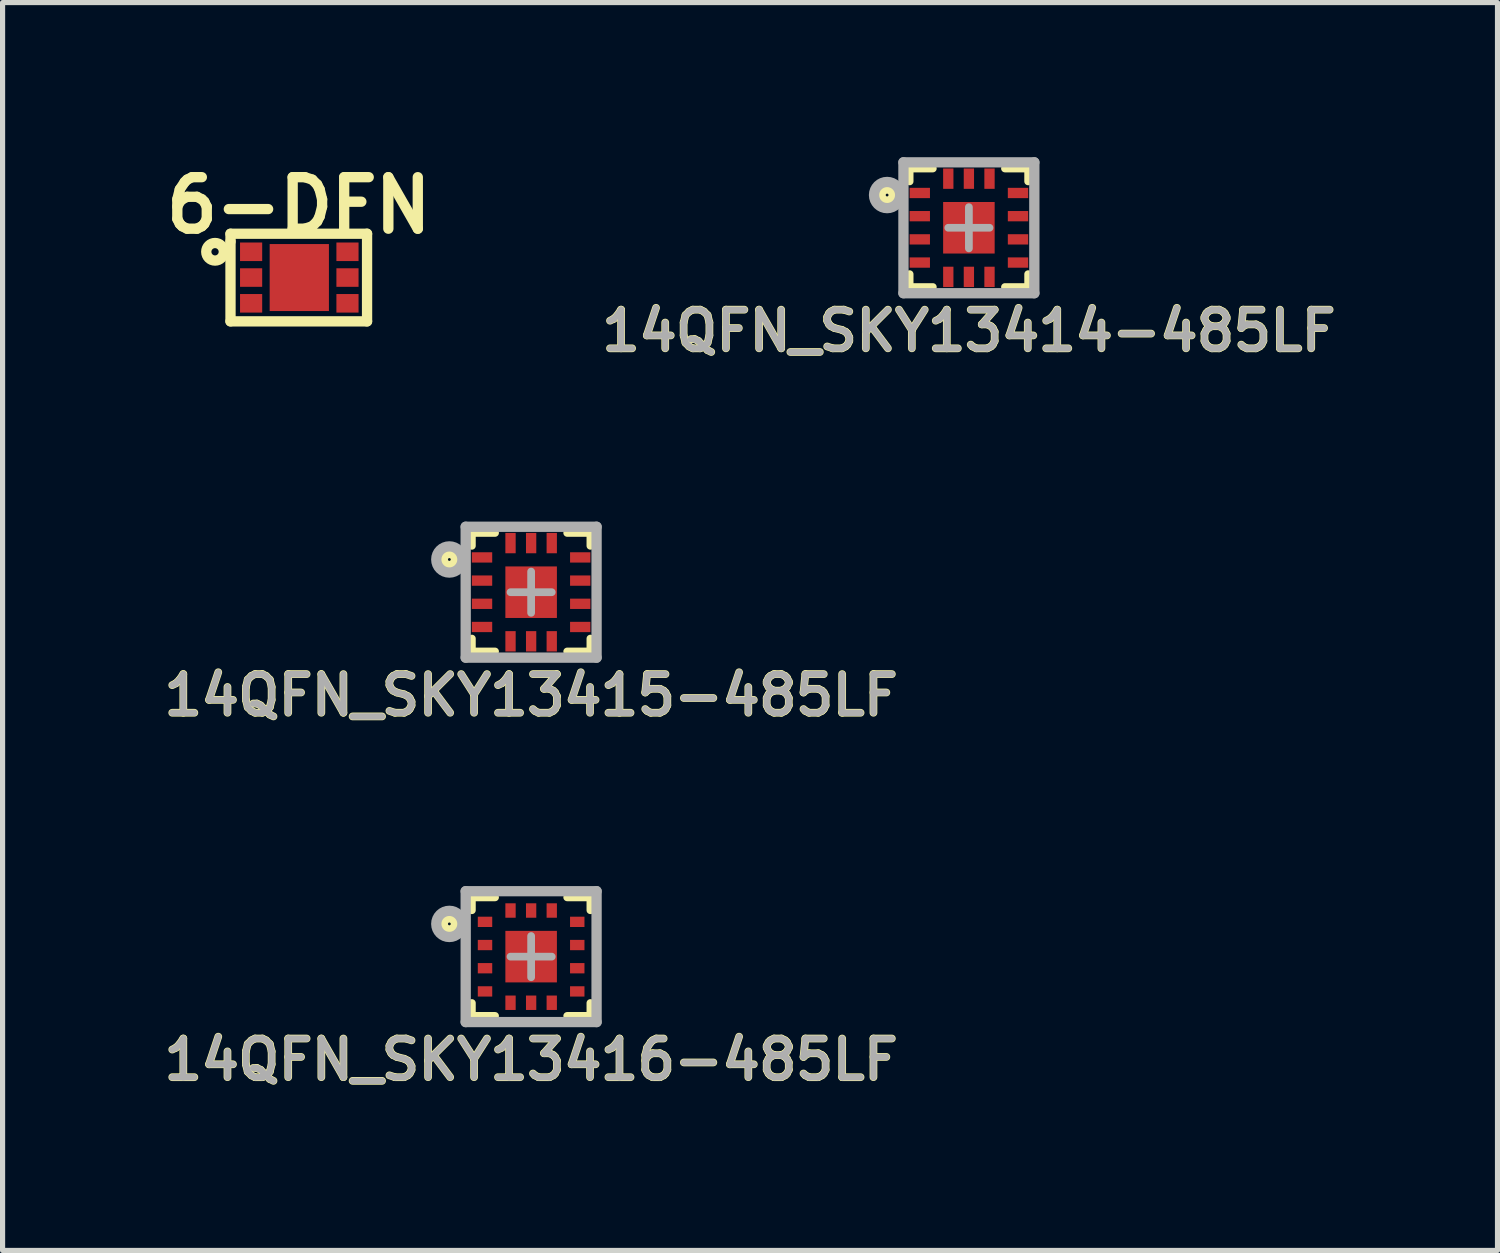
<source format=kicad_pcb>
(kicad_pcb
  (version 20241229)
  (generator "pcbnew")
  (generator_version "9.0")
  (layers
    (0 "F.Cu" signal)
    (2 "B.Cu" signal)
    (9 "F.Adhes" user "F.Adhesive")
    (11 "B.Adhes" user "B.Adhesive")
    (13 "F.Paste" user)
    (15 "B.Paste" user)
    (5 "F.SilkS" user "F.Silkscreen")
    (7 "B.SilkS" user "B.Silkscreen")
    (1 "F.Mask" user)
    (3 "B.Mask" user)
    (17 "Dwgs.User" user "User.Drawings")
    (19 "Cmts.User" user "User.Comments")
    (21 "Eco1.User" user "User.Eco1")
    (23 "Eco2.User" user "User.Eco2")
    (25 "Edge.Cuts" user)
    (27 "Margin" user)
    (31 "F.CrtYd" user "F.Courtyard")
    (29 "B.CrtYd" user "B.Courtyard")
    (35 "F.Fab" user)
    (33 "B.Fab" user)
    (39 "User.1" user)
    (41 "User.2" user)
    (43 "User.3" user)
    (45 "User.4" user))
  (footprint "14QFN_SKY13415-485LF"
    (layer "F.Cu")
    (at 7.257 8.442)
    (property "Reference" "14QFN_SKY13415-485LF" (at 0 2 0) (layer "F.SilkS") (effects (font (size 0.75 0.75) (thickness 0.15))))
    (attr through_hole)
    (fp_line (start -1.15 -0.9) (end -1.15 -1.15) (stroke (width 0.15) (type solid)) (layer "F.SilkS"))
    (fp_line (start -1.15 0.9) (end -1.15 1.15) (stroke (width 0.15) (type solid)) (layer "F.SilkS"))
    (fp_line (start -0.7 -1.15) (end -1.15 -1.15) (stroke (width 0.15) (type solid)) (layer "F.SilkS"))
    (fp_line (start -0.7 1.15) (end -1.15 1.15) (stroke (width 0.15) (type solid)) (layer "F.SilkS"))
    (fp_line (start 1.15 -1.15) (end 0.7 -1.15) (stroke (width 0.15) (type solid)) (layer "F.SilkS"))
    (fp_line (start 1.15 -0.9) (end 1.15 -1.15) (stroke (width 0.15) (type solid)) (layer "F.SilkS"))
    (fp_line (start 1.15 0.9) (end 1.15 1.15) (stroke (width 0.15) (type solid)) (layer "F.SilkS"))
    (fp_line (start 1.15 1.15) (end 0.7 1.15) (stroke (width 0.15) (type solid)) (layer "F.SilkS"))
    (fp_circle (center -1.587 -0.635) (end -1.714 -0.635) (stroke (width 0.2) (type solid)) (fill no) (layer "F.SilkS"))
    (fp_line (start -1.27 -1.27) (end -1.27 1.27) (stroke (width 0.2) (type solid)) (layer "F.Fab"))
    (fp_line (start -1.27 1.27) (end 1.27 1.27) (stroke (width 0.2) (type solid)) (layer "F.Fab"))
    (fp_line (start -0.4 0) (end 0.4 0) (stroke (width 0.15) (type solid)) (layer "F.Fab"))
    (fp_line (start 0 -0.4) (end 0 0.4) (stroke (width 0.15) (type solid)) (layer "F.Fab"))
    (fp_line (start 1.27 -1.27) (end -1.27 -1.27) (stroke (width 0.2) (type solid)) (layer "F.Fab"))
    (fp_line (start 1.27 1.27) (end 1.27 -1.27) (stroke (width 0.2) (type solid)) (layer "F.Fab"))
    (fp_circle (center -1.587 -0.635) (end -1.841 -0.635) (stroke (width 0.2) (type solid)) (fill no) (layer "F.Fab"))
    (fp_text user "${REFERENCE}" (at 0 2 0) (layer "F.Fab") (effects (font (size 0.75 0.75) (thickness 0.125))))
    (pad "1" smd rect (at -0.953 -0.675) (size 0.395 0.2) (layers "F.Cu" "F.Mask" "F.Paste"))
    (pad "2" smd rect (at -0.953 -0.225) (size 0.395 0.2) (layers "F.Cu" "F.Mask" "F.Paste"))
    (pad "3" smd rect (at -0.953 0.225) (size 0.395 0.2) (layers "F.Cu" "F.Mask" "F.Paste"))
    (pad "4" smd rect (at -0.953 0.675) (size 0.395 0.2) (layers "F.Cu" "F.Mask" "F.Paste"))
    (pad "5" smd rect (at -0.4 0.953) (size 0.2 0.395) (layers "F.Cu" "F.Mask" "F.Paste"))
    (pad "6" smd rect (at 0 0.953) (size 0.2 0.395) (layers "F.Cu" "F.Mask" "F.Paste"))
    (pad "7" smd rect (at 0.4 0.953) (size 0.2 0.395) (layers "F.Cu" "F.Mask" "F.Paste"))
    (pad "8" smd rect (at 0.953 0.675) (size 0.395 0.2) (layers "F.Cu" "F.Mask" "F.Paste"))
    (pad "9" smd rect (at 0.953 0.225) (size 0.395 0.2) (layers "F.Cu" "F.Mask" "F.Paste"))
    (pad "10" smd rect (at 0.953 -0.225) (size 0.395 0.2) (layers "F.Cu" "F.Mask" "F.Paste"))
    (pad "11" smd rect (at 0.953 -0.675) (size 0.395 0.2) (layers "F.Cu" "F.Mask" "F.Paste"))
    (pad "12" smd rect (at 0.4 -0.953) (size 0.2 0.395) (layers "F.Cu" "F.Mask" "F.Paste"))
    (pad "13" smd rect (at 0 -0.953) (size 0.2 0.395) (layers "F.Cu" "F.Mask" "F.Paste"))
    (pad "14" smd rect (at -0.4 -0.953) (size 0.2 0.395) (layers "F.Cu" "F.Mask" "F.Paste"))
    (pad "15" smd rect (at 0 0) (size 1 1) (layers "F.Cu" "F.Mask" "F.Paste")))
  (footprint "14QFN_SKY13416-485LF"
    (layer "F.Cu")
    (at 7.257 15.514)
    (property "Reference" "14QFN_SKY13416-485LF" (at 0 2 0) (layer "F.SilkS") (effects (font (size 0.75 0.75) (thickness 0.15))))
    (attr through_hole)
    (fp_line (start -1.15 -0.9) (end -1.15 -1.15) (stroke (width 0.15) (type solid)) (layer "F.SilkS"))
    (fp_line (start -1.15 0.9) (end -1.15 1.15) (stroke (width 0.15) (type solid)) (layer "F.SilkS"))
    (fp_line (start -0.7 -1.15) (end -1.15 -1.15) (stroke (width 0.15) (type solid)) (layer "F.SilkS"))
    (fp_line (start -0.7 1.15) (end -1.15 1.15) (stroke (width 0.15) (type solid)) (layer "F.SilkS"))
    (fp_line (start 1.15 -1.15) (end 0.7 -1.15) (stroke (width 0.15) (type solid)) (layer "F.SilkS"))
    (fp_line (start 1.15 -0.9) (end 1.15 -1.15) (stroke (width 0.15) (type solid)) (layer "F.SilkS"))
    (fp_line (start 1.15 0.9) (end 1.15 1.15) (stroke (width 0.15) (type solid)) (layer "F.SilkS"))
    (fp_line (start 1.15 1.15) (end 0.7 1.15) (stroke (width 0.15) (type solid)) (layer "F.SilkS"))
    (fp_circle (center -1.587 -0.635) (end -1.714 -0.635) (stroke (width 0.2) (type solid)) (fill no) (layer "F.SilkS"))
    (fp_line (start -1.27 -1.27) (end -1.27 1.27) (stroke (width 0.2) (type solid)) (layer "F.Fab"))
    (fp_line (start -1.27 1.27) (end 1.27 1.27) (stroke (width 0.2) (type solid)) (layer "F.Fab"))
    (fp_line (start -0.4 0) (end 0.4 0) (stroke (width 0.15) (type solid)) (layer "F.Fab"))
    (fp_line (start 0 -0.4) (end 0 0.4) (stroke (width 0.15) (type solid)) (layer "F.Fab"))
    (fp_line (start 1.27 -1.27) (end -1.27 -1.27) (stroke (width 0.2) (type solid)) (layer "F.Fab"))
    (fp_line (start 1.27 1.27) (end 1.27 -1.27) (stroke (width 0.2) (type solid)) (layer "F.Fab"))
    (fp_circle (center -1.587 -0.635) (end -1.841 -0.635) (stroke (width 0.2) (type solid)) (fill no) (layer "F.Fab"))
    (fp_text user "${REFERENCE}" (at 0 2 0) (layer "F.Fab") (effects (font (size 0.75 0.75) (thickness 0.125))))
    (pad "1" smd rect (at -0.895 -0.675) (size 0.28 0.2) (layers "F.Cu" "F.Mask" "F.Paste"))
    (pad "2" smd rect (at -0.895 -0.225) (size 0.28 0.2) (layers "F.Cu" "F.Mask" "F.Paste"))
    (pad "3" smd rect (at -0.895 0.225) (size 0.28 0.2) (layers "F.Cu" "F.Mask" "F.Paste"))
    (pad "4" smd rect (at -0.895 0.675) (size 0.28 0.2) (layers "F.Cu" "F.Mask" "F.Paste"))
    (pad "5" smd rect (at -0.4 0.895) (size 0.2 0.28) (layers "F.Cu" "F.Mask" "F.Paste"))
    (pad "6" smd rect (at 0 0.895) (size 0.2 0.28) (layers "F.Cu" "F.Mask" "F.Paste"))
    (pad "7" smd rect (at 0.4 0.895) (size 0.2 0.28) (layers "F.Cu" "F.Mask" "F.Paste"))
    (pad "8" smd rect (at 0.895 0.675) (size 0.28 0.2) (layers "F.Cu" "F.Mask" "F.Paste"))
    (pad "9" smd rect (at 0.895 0.225) (size 0.28 0.2) (layers "F.Cu" "F.Mask" "F.Paste"))
    (pad "10" smd rect (at 0.895 -0.225) (size 0.28 0.2) (layers "F.Cu" "F.Mask" "F.Paste"))
    (pad "11" smd rect (at 0.895 -0.675) (size 0.28 0.2) (layers "F.Cu" "F.Mask" "F.Paste"))
    (pad "12" smd rect (at 0.4 -0.895) (size 0.2 0.28) (layers "F.Cu" "F.Mask" "F.Paste"))
    (pad "13" smd rect (at 0 -0.895) (size 0.2 0.28) (layers "F.Cu" "F.Mask" "F.Paste"))
    (pad "14" smd rect (at -0.4 -0.895) (size 0.2 0.28) (layers "F.Cu" "F.Mask" "F.Paste"))
    (pad "15" smd rect (at 0 0) (size 1 1) (layers "F.Cu" "F.Mask" "F.Paste")))
  (footprint "14QFN_SKY13414-485LF"
    (layer "F.Cu")
    (at 15.752 1.37)
    (property "Reference" "14QFN_SKY13414-485LF" (at 0 2 0) (layer "F.SilkS") (effects (font (size 0.75 0.75) (thickness 0.15))))
    (attr through_hole)
    (fp_line (start -1.15 -0.9) (end -1.15 -1.15) (stroke (width 0.15) (type solid)) (layer "F.SilkS"))
    (fp_line (start -1.15 0.9) (end -1.15 1.15) (stroke (width 0.15) (type solid)) (layer "F.SilkS"))
    (fp_line (start -0.7 -1.15) (end -1.15 -1.15) (stroke (width 0.15) (type solid)) (layer "F.SilkS"))
    (fp_line (start -0.7 1.15) (end -1.15 1.15) (stroke (width 0.15) (type solid)) (layer "F.SilkS"))
    (fp_line (start 1.15 -1.15) (end 0.7 -1.15) (stroke (width 0.15) (type solid)) (layer "F.SilkS"))
    (fp_line (start 1.15 -0.9) (end 1.15 -1.15) (stroke (width 0.15) (type solid)) (layer "F.SilkS"))
    (fp_line (start 1.15 0.9) (end 1.15 1.15) (stroke (width 0.15) (type solid)) (layer "F.SilkS"))
    (fp_line (start 1.15 1.15) (end 0.7 1.15) (stroke (width 0.15) (type solid)) (layer "F.SilkS"))
    (fp_circle (center -1.587 -0.635) (end -1.714 -0.635) (stroke (width 0.2) (type solid)) (fill no) (layer "F.SilkS"))
    (fp_line (start -1.27 -1.27) (end -1.27 1.27) (stroke (width 0.2) (type solid)) (layer "F.Fab"))
    (fp_line (start -1.27 1.27) (end 1.27 1.27) (stroke (width 0.2) (type solid)) (layer "F.Fab"))
    (fp_line (start -0.4 0) (end 0.4 0) (stroke (width 0.15) (type solid)) (layer "F.Fab"))
    (fp_line (start 0 -0.4) (end 0 0.4) (stroke (width 0.15) (type solid)) (layer "F.Fab"))
    (fp_line (start 1.27 -1.27) (end -1.27 -1.27) (stroke (width 0.2) (type solid)) (layer "F.Fab"))
    (fp_line (start 1.27 1.27) (end 1.27 -1.27) (stroke (width 0.2) (type solid)) (layer "F.Fab"))
    (fp_circle (center -1.587 -0.635) (end -1.841 -0.635) (stroke (width 0.2) (type solid)) (fill no) (layer "F.Fab"))
    (fp_text user "${REFERENCE}" (at 0 2 0) (layer "F.Fab") (effects (font (size 0.75 0.75) (thickness 0.125))))
    (pad "1" smd rect (at -0.953 -0.675) (size 0.395 0.2) (layers "F.Cu" "F.Mask" "F.Paste"))
    (pad "2" smd rect (at -0.953 -0.225) (size 0.395 0.2) (layers "F.Cu" "F.Mask" "F.Paste"))
    (pad "3" smd rect (at -0.953 0.225) (size 0.395 0.2) (layers "F.Cu" "F.Mask" "F.Paste"))
    (pad "4" smd rect (at -0.953 0.675) (size 0.395 0.2) (layers "F.Cu" "F.Mask" "F.Paste"))
    (pad "5" smd rect (at -0.4 0.953) (size 0.2 0.395) (layers "F.Cu" "F.Mask" "F.Paste"))
    (pad "6" smd rect (at 0 0.953) (size 0.2 0.395) (layers "F.Cu" "F.Mask" "F.Paste"))
    (pad "7" smd rect (at 0.4 0.953) (size 0.2 0.395) (layers "F.Cu" "F.Mask" "F.Paste"))
    (pad "8" smd rect (at 0.953 0.675) (size 0.395 0.2) (layers "F.Cu" "F.Mask" "F.Paste"))
    (pad "9" smd rect (at 0.953 0.225) (size 0.395 0.2) (layers "F.Cu" "F.Mask" "F.Paste"))
    (pad "10" smd rect (at 0.953 -0.225) (size 0.395 0.2) (layers "F.Cu" "F.Mask" "F.Paste"))
    (pad "11" smd rect (at 0.953 -0.675) (size 0.395 0.2) (layers "F.Cu" "F.Mask" "F.Paste"))
    (pad "12" smd rect (at 0.4 -0.953) (size 0.2 0.395) (layers "F.Cu" "F.Mask" "F.Paste"))
    (pad "13" smd rect (at 0 -0.953) (size 0.2 0.395) (layers "F.Cu" "F.Mask" "F.Paste"))
    (pad "14" smd rect (at -0.4 -0.953) (size 0.2 0.395) (layers "F.Cu" "F.Mask" "F.Paste"))
    (pad "15" smd rect (at 0 0) (size 1 1) (layers "F.Cu" "F.Mask" "F.Paste")))
  (footprint "6-DFN"
    (layer "F.Cu")
    (at 2.748 2.336)
    (property "Reference" "6-DFN" (at 0 -1.4 0) (layer "F.SilkS") (effects (font (size 1 1) (thickness 0.2))))
    (attr through_hole)
    (fp_line (start -1.325 -0.85) (end -1.325 -0.7) (stroke (width 0.2) (type solid)) (layer "F.SilkS"))
    (fp_line (start -1.325 -0.7) (end -1.325 0.85) (stroke (width 0.2) (type solid)) (layer "F.SilkS"))
    (fp_line (start -1.325 0.85) (end 1.325 0.85) (stroke (width 0.2) (type solid)) (layer "F.SilkS"))
    (fp_line (start 1.325 -0.85) (end -1.325 -0.85) (stroke (width 0.2) (type solid)) (layer "F.SilkS"))
    (fp_line (start 1.325 0.85) (end 1.325 -0.85) (stroke (width 0.2) (type solid)) (layer "F.SilkS"))
    (fp_circle (center -1.625 -0.5) (end -1.575 -0.45) (stroke (width 0.2) (type solid)) (fill no) (layer "F.SilkS"))
    (pad "1" smd rect (at -0.925 -0.5) (size 0.43 0.36) (layers "F.Cu" "F.Mask" "F.Paste"))
    (pad "1" smd rect (at 0.01 0) (size 1.15 1.3) (layers "F.Cu" "F.Mask" "F.Paste"))
    (pad "2" smd rect (at -0.925 0) (size 0.43 0.36) (layers "F.Cu" "F.Mask" "F.Paste"))
    (pad "3" smd rect (at -0.925 0.5) (size 0.43 0.36) (layers "F.Cu" "F.Mask" "F.Paste"))
    (pad "4" smd rect (at 0.945 0.5) (size 0.43 0.36) (layers "F.Cu" "F.Mask" "F.Paste"))
    (pad "5" smd rect (at 0.945 0) (size 0.43 0.36) (layers "F.Cu" "F.Mask" "F.Paste"))
    (pad "6" smd rect (at 0.945 -0.5) (size 0.43 0.36) (layers "F.Cu" "F.Mask" "F.Paste")))
  (gr_rect
    (start -3 -3)
    (end 26.01 21.216)
    (stroke (width 0.1) (type default))
    (fill no)
    (layer "Edge.Cuts")))
</source>
